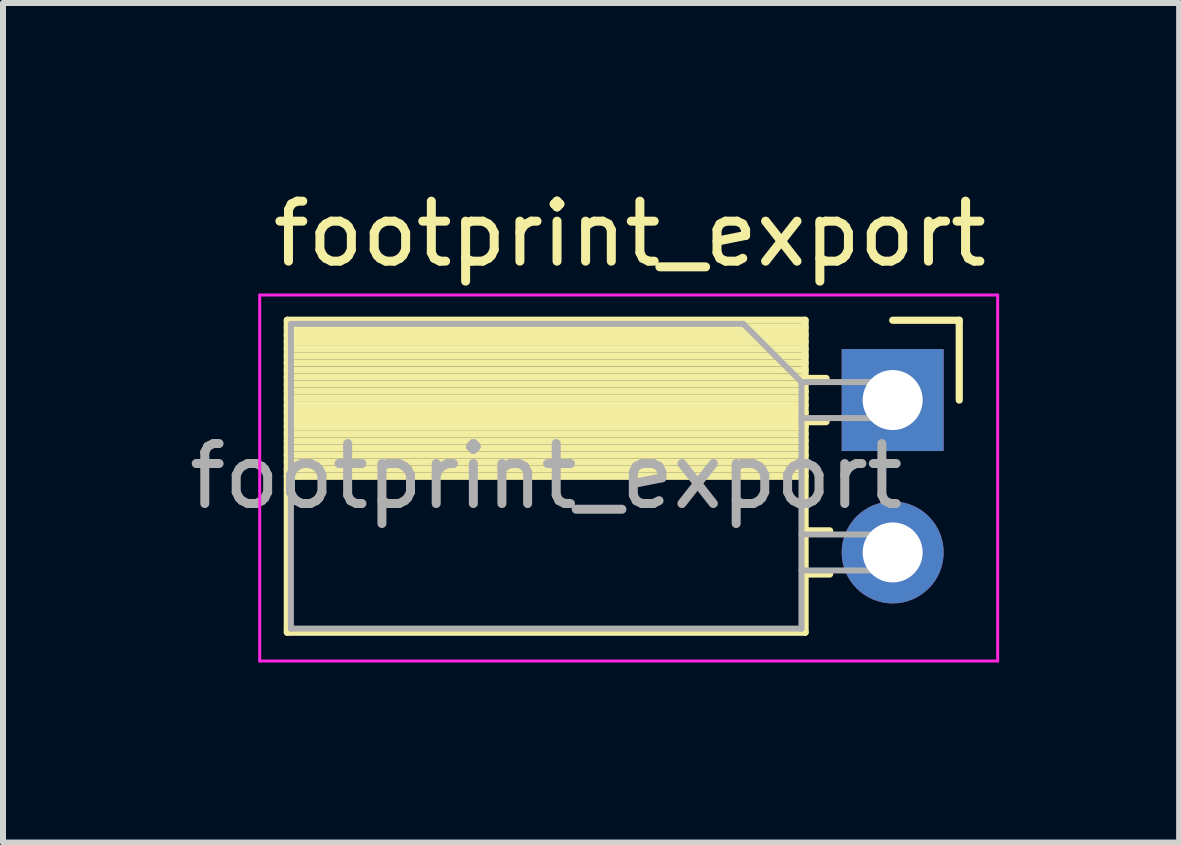
<source format=kicad_pcb>
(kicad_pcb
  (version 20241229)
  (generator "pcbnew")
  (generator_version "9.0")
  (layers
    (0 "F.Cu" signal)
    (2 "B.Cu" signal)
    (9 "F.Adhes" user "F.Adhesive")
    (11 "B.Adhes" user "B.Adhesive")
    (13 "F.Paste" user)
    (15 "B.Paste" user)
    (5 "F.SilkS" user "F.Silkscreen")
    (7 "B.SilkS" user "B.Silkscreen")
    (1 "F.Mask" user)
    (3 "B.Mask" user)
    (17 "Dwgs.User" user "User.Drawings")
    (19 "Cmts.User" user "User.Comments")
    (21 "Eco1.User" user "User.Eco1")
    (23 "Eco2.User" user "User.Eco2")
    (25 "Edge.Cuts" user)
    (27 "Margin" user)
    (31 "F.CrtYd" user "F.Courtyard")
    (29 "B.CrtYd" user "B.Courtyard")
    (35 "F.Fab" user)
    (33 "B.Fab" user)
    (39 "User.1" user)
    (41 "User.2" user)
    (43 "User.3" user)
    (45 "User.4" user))
  (footprint "footprint_export"
    (layer "F.Cu")
    (at 11.829 3.618)
    (property "Reference" "footprint_export" (at -4.38 -2.77 0) (layer "F.SilkS") (effects (font (size 1 1) (thickness 0.15))))
    (attr through_hole)
    (fp_line (start -10.09 -1.33) (end -10.09 3.87) (stroke (width 0.12) (type solid)) (layer "F.SilkS"))
    (fp_line (start -10.09 -1.33) (end -1.46 -1.33) (stroke (width 0.12) (type solid)) (layer "F.SilkS"))
    (fp_line (start -10.09 -1.21) (end -1.46 -1.21) (stroke (width 0.12) (type solid)) (layer "F.SilkS"))
    (fp_line (start -10.09 -1.092) (end -1.46 -1.092) (stroke (width 0.12) (type solid)) (layer "F.SilkS"))
    (fp_line (start -10.09 -0.974) (end -1.46 -0.974) (stroke (width 0.12) (type solid)) (layer "F.SilkS"))
    (fp_line (start -10.09 -0.856) (end -1.46 -0.856) (stroke (width 0.12) (type solid)) (layer "F.SilkS"))
    (fp_line (start -10.09 -0.738) (end -1.46 -0.738) (stroke (width 0.12) (type solid)) (layer "F.SilkS"))
    (fp_line (start -10.09 -0.62) (end -1.46 -0.62) (stroke (width 0.12) (type solid)) (layer "F.SilkS"))
    (fp_line (start -10.09 -0.501) (end -1.46 -0.501) (stroke (width 0.12) (type solid)) (layer "F.SilkS"))
    (fp_line (start -10.09 -0.383) (end -1.46 -0.383) (stroke (width 0.12) (type solid)) (layer "F.SilkS"))
    (fp_line (start -10.09 -0.265) (end -1.46 -0.265) (stroke (width 0.12) (type solid)) (layer "F.SilkS"))
    (fp_line (start -10.09 -0.147) (end -1.46 -0.147) (stroke (width 0.12) (type solid)) (layer "F.SilkS"))
    (fp_line (start -10.09 -0.029) (end -1.46 -0.029) (stroke (width 0.12) (type solid)) (layer "F.SilkS"))
    (fp_line (start -10.09 0.089) (end -1.46 0.089) (stroke (width 0.12) (type solid)) (layer "F.SilkS"))
    (fp_line (start -10.09 0.207) (end -1.46 0.207) (stroke (width 0.12) (type solid)) (layer "F.SilkS"))
    (fp_line (start -10.09 0.325) (end -1.46 0.325) (stroke (width 0.12) (type solid)) (layer "F.SilkS"))
    (fp_line (start -10.09 0.443) (end -1.46 0.443) (stroke (width 0.12) (type solid)) (layer "F.SilkS"))
    (fp_line (start -10.09 0.561) (end -1.46 0.561) (stroke (width 0.12) (type solid)) (layer "F.SilkS"))
    (fp_line (start -10.09 0.68) (end -1.46 0.68) (stroke (width 0.12) (type solid)) (layer "F.SilkS"))
    (fp_line (start -10.09 0.798) (end -1.46 0.798) (stroke (width 0.12) (type solid)) (layer "F.SilkS"))
    (fp_line (start -10.09 0.916) (end -1.46 0.916) (stroke (width 0.12) (type solid)) (layer "F.SilkS"))
    (fp_line (start -10.09 1.034) (end -1.46 1.034) (stroke (width 0.12) (type solid)) (layer "F.SilkS"))
    (fp_line (start -10.09 1.152) (end -1.46 1.152) (stroke (width 0.12) (type solid)) (layer "F.SilkS"))
    (fp_line (start -10.09 1.27) (end -1.46 1.27) (stroke (width 0.12) (type solid)) (layer "F.SilkS"))
    (fp_line (start -10.09 3.87) (end -1.46 3.87) (stroke (width 0.12) (type solid)) (layer "F.SilkS"))
    (fp_line (start -1.46 -1.33) (end -1.46 3.87) (stroke (width 0.12) (type solid)) (layer "F.SilkS"))
    (fp_line (start -1.46 -0.36) (end -1.11 -0.36) (stroke (width 0.12) (type solid)) (layer "F.SilkS"))
    (fp_line (start -1.46 0.36) (end -1.11 0.36) (stroke (width 0.12) (type solid)) (layer "F.SilkS"))
    (fp_line (start -1.46 2.18) (end -1.05 2.18) (stroke (width 0.12) (type solid)) (layer "F.SilkS"))
    (fp_line (start -1.46 2.9) (end -1.05 2.9) (stroke (width 0.12) (type solid)) (layer "F.SilkS"))
    (fp_line (start 0 -1.33) (end 1.11 -1.33) (stroke (width 0.12) (type solid)) (layer "F.SilkS"))
    (fp_line (start 1.11 -1.33) (end 1.11 0) (stroke (width 0.12) (type solid)) (layer "F.SilkS"))
    (fp_line (start -10.55 -1.75) (end -10.55 4.35) (stroke (width 0.05) (type solid)) (layer "F.CrtYd"))
    (fp_line (start -10.55 4.35) (end 1.75 4.35) (stroke (width 0.05) (type solid)) (layer "F.CrtYd"))
    (fp_line (start 1.75 -1.75) (end -10.55 -1.75) (stroke (width 0.05) (type solid)) (layer "F.CrtYd"))
    (fp_line (start 1.75 4.35) (end 1.75 -1.75) (stroke (width 0.05) (type solid)) (layer "F.CrtYd"))
    (fp_line (start -10.03 -1.27) (end -2.49 -1.27) (stroke (width 0.1) (type solid)) (layer "F.Fab"))
    (fp_line (start -10.03 3.81) (end -10.03 -1.27) (stroke (width 0.1) (type solid)) (layer "F.Fab"))
    (fp_line (start -2.49 -1.27) (end -1.52 -0.3) (stroke (width 0.1) (type solid)) (layer "F.Fab"))
    (fp_line (start -1.52 -0.3) (end -1.52 3.81) (stroke (width 0.1) (type solid)) (layer "F.Fab"))
    (fp_line (start -1.52 0.3) (end 0 0.3) (stroke (width 0.1) (type solid)) (layer "F.Fab"))
    (fp_line (start -1.52 2.84) (end 0 2.84) (stroke (width 0.1) (type solid)) (layer "F.Fab"))
    (fp_line (start -1.52 3.81) (end -10.03 3.81) (stroke (width 0.1) (type solid)) (layer "F.Fab"))
    (fp_line (start 0 -0.3) (end -1.52 -0.3) (stroke (width 0.1) (type solid)) (layer "F.Fab"))
    (fp_line (start 0 0.3) (end 0 -0.3) (stroke (width 0.1) (type solid)) (layer "F.Fab"))
    (fp_line (start 0 2.24) (end -1.52 2.24) (stroke (width 0.1) (type solid)) (layer "F.Fab"))
    (fp_line (start 0 2.84) (end 0 2.24) (stroke (width 0.1) (type solid)) (layer "F.Fab"))
    (fp_text user "${REFERENCE}" (at -5.775 1.27 0) (layer "F.Fab") (effects (font (size 1 1) (thickness 0.15))))
    (pad "1" thru_hole rect (at 0 0) (size 1.7 1.7) (drill 1) (layers "*.Cu" "*.Mask"))
    (pad "2" thru_hole oval (at 0 2.54) (size 1.7 1.7) (drill 1) (layers "*.Cu" "*.Mask")))
  (gr_rect
    (start -3 -3)
    (end 16.604 10.993)
    (stroke (width 0.1) (type default))
    (fill no)
    (layer "Edge.Cuts")))
</source>
